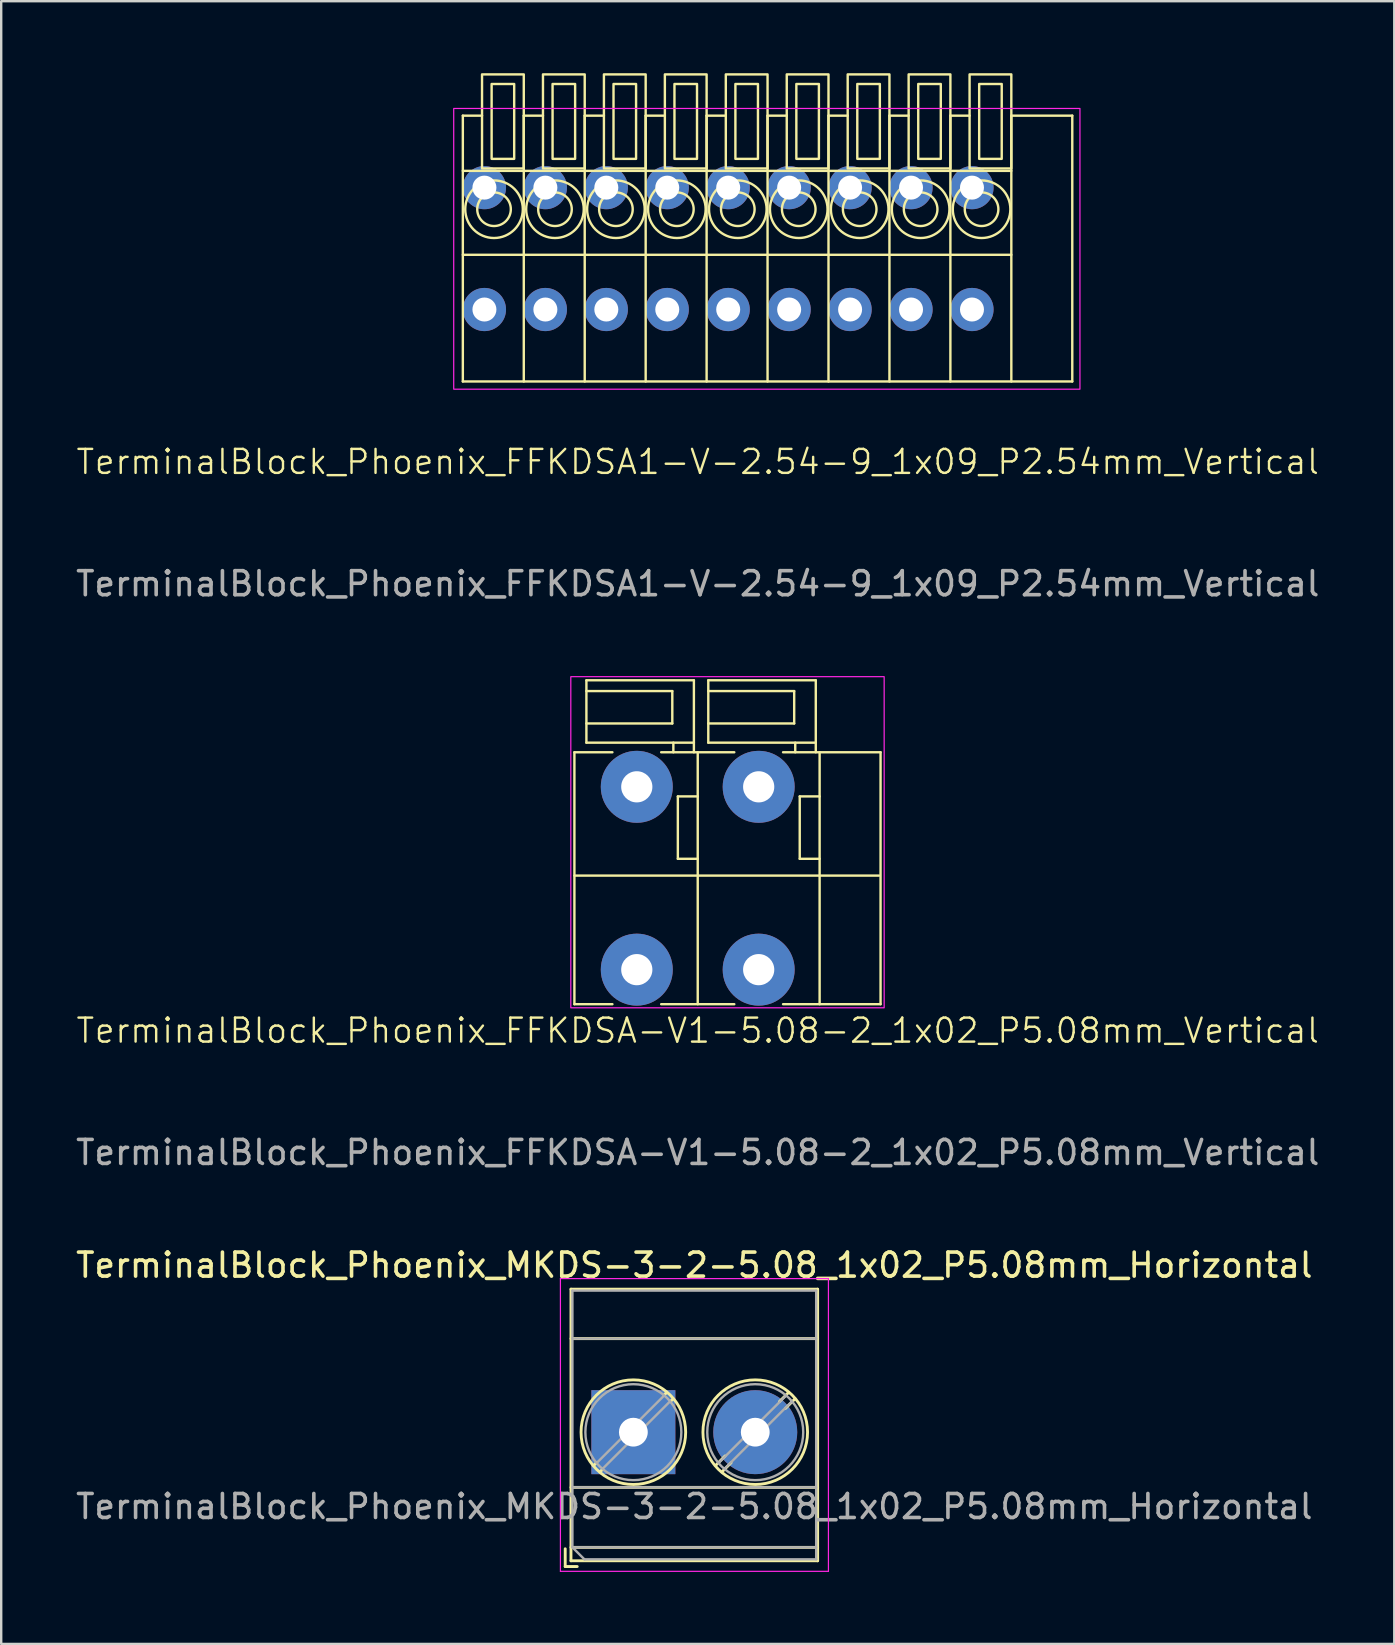
<source format=kicad_pcb>
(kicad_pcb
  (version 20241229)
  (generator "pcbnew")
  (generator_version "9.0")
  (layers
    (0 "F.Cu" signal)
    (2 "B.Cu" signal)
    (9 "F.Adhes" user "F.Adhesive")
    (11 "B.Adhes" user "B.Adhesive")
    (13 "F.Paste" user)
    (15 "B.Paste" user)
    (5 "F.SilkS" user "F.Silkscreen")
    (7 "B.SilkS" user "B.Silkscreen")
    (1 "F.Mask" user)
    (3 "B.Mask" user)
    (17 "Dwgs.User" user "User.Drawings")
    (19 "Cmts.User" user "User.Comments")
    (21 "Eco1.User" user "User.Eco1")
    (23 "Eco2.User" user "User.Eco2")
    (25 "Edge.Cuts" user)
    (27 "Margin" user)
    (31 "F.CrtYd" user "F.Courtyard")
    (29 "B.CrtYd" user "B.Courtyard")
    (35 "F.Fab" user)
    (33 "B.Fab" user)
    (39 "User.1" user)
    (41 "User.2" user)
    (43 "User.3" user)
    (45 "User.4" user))
  (footprint "TerminalBlock_Phoenix_FFKDSA-V1-5.08-2_1x02_P5.08mm_Vertical"
    (layer "F.Cu")
    (at 23.49 37.363)
    (property "Reference" "TerminalBlock_Phoenix_FFKDSA-V1-5.08-2_1x02_P5.08mm_Vertical" (at 2.54 2.54 0) (unlocked yes) (layer "F.SilkS") (effects (font (size 1 1) (thickness 0.1))))
    (attr through_hole)
    (fp_line (start -2.6 1.44) (end -2.6 -9.06) (stroke (width 0.1) (type default)) (layer "F.SilkS"))
    (fp_line (start -2.1 -12.06) (end 2.38 -12.06) (stroke (width 0.1) (type default)) (layer "F.SilkS"))
    (fp_line (start -2.1 -10.26) (end 1.48 -10.26) (stroke (width 0.1) (type default)) (layer "F.SilkS"))
    (fp_line (start -2.1 -9.46) (end -2.1 -12.06) (stroke (width 0.1) (type default)) (layer "F.SilkS"))
    (fp_line (start -1.016 -9.06) (end -2.6 -9.06) (stroke (width 0.1) (type default)) (layer "F.SilkS"))
    (fp_line (start -1.016 1.44) (end -2.6 1.44) (stroke (width 0.1) (type default)) (layer "F.SilkS"))
    (fp_line (start 1.48 -11.61) (end -2.1 -11.61) (stroke (width 0.1) (type default)) (layer "F.SilkS"))
    (fp_line (start 1.48 -10.26) (end 1.48 -11.61) (stroke (width 0.1) (type default)) (layer "F.SilkS"))
    (fp_line (start 1.524 -9.46) (end 1.524 -9.06) (stroke (width 0.1) (type default)) (layer "F.SilkS"))
    (fp_line (start 1.711 -7.22) (end 2.54 -7.22) (stroke (width 0.1) (type default)) (layer "F.SilkS"))
    (fp_line (start 1.711 -4.62) (end 1.711 -7.22) (stroke (width 0.1) (type default)) (layer "F.SilkS"))
    (fp_line (start 2.38 -12.06) (end 2.38 -9.06) (stroke (width 0.1) (type default)) (layer "F.SilkS"))
    (fp_line (start 2.38 -9.46) (end -2.1 -9.46) (stroke (width 0.1) (type default)) (layer "F.SilkS"))
    (fp_line (start 2.54 -4.62) (end 1.711 -4.62) (stroke (width 0.1) (type default)) (layer "F.SilkS"))
    (fp_line (start 2.54 1.44) (end 2.54 -9.06) (stroke (width 0.1) (type default)) (layer "F.SilkS"))
    (fp_line (start 2.98 -12.06) (end 7.46 -12.06) (stroke (width 0.1) (type default)) (layer "F.SilkS"))
    (fp_line (start 2.98 -10.26) (end 6.56 -10.26) (stroke (width 0.1) (type default)) (layer "F.SilkS"))
    (fp_line (start 2.98 -9.46) (end 2.98 -12.06) (stroke (width 0.1) (type default)) (layer "F.SilkS"))
    (fp_line (start 4.064 -9.06) (end 1.016 -9.06) (stroke (width 0.1) (type default)) (layer "F.SilkS"))
    (fp_line (start 4.064 1.44) (end 1.016 1.44) (stroke (width 0.1) (type default)) (layer "F.SilkS"))
    (fp_line (start 6.096 -9.06) (end 10.16 -9.06) (stroke (width 0.1) (type default)) (layer "F.SilkS"))
    (fp_line (start 6.56 -11.61) (end 2.98 -11.61) (stroke (width 0.1) (type default)) (layer "F.SilkS"))
    (fp_line (start 6.56 -10.26) (end 6.56 -11.61) (stroke (width 0.1) (type default)) (layer "F.SilkS"))
    (fp_line (start 6.604 -9.46) (end 6.604 -9.06) (stroke (width 0.1) (type default)) (layer "F.SilkS"))
    (fp_line (start 6.791 -7.22) (end 7.62 -7.22) (stroke (width 0.1) (type default)) (layer "F.SilkS"))
    (fp_line (start 6.791 -4.62) (end 6.791 -7.22) (stroke (width 0.1) (type default)) (layer "F.SilkS"))
    (fp_line (start 7.46 -12.06) (end 7.46 -9.06) (stroke (width 0.1) (type default)) (layer "F.SilkS"))
    (fp_line (start 7.46 -9.46) (end 2.98 -9.46) (stroke (width 0.1) (type default)) (layer "F.SilkS"))
    (fp_line (start 7.62 -4.62) (end 6.791 -4.62) (stroke (width 0.1) (type default)) (layer "F.SilkS"))
    (fp_line (start 7.62 1.44) (end 7.62 -9.06) (stroke (width 0.1) (type default)) (layer "F.SilkS"))
    (fp_line (start 10.1 -3.92) (end -2.6 -3.92) (stroke (width 0.1) (type default)) (layer "F.SilkS"))
    (fp_line (start 10.16 -9.06) (end 10.16 1.44) (stroke (width 0.1) (type default)) (layer "F.SilkS"))
    (fp_line (start 10.16 1.44) (end 6.096 1.44) (stroke (width 0.1) (type default)) (layer "F.SilkS"))
    (fp_rect (start 10.31 1.59) (end -2.75 -12.21) (stroke (width 0.05) (type default)) (fill no) (layer "F.CrtYd"))
    (fp_text user "${REFERENCE}" (at 2.54 7.62 0) (unlocked yes) (layer "F.Fab") (effects (font (size 1 1) (thickness 0.15))))
    (pad "1" thru_hole circle (at 0 -7.62 180) (size 3 3) (drill 1.3) (layers "*.Cu" "*.Mask"))
    (pad "1" thru_hole circle (at 0 0 180) (size 3 3) (drill 1.3) (layers "*.Cu" "*.Mask"))
    (pad "2" thru_hole circle (at 5.08 -7.62 180) (size 3 3) (drill 1.3) (layers "*.Cu" "*.Mask"))
    (pad "2" thru_hole circle (at 5.08 0 180) (size 3 3) (drill 1.3) (layers "*.Cu" "*.Mask")))
  (footprint "TerminalBlock_Phoenix_FFKDSA1-V-2.54-9_1x09_P2.54mm_Vertical"
    (layer "F.Cu")
    (at 17.14 9.85)
    (property "Reference" "TerminalBlock_Phoenix_FFKDSA1-V-2.54-9_1x09_P2.54mm_Vertical" (at 8.89 6.35 0) (unlocked yes) (layer "F.SilkS") (effects (font (size 1 1) (thickness 0.1))))
    (attr through_hole)
    (fp_line (start -0.9 3) (end -0.9 -8.08) (stroke (width 0.1) (type default)) (layer "F.SilkS"))
    (fp_line (start -0.1 -8.08) (end -0.9 -8.08) (stroke (width 0.1) (type default)) (layer "F.SilkS"))
    (fp_line (start 1.64 3) (end 1.64 -8.08) (stroke (width 0.1) (type default)) (layer "F.SilkS"))
    (fp_line (start 2.44 -8.08) (end 1.64 -8.08) (stroke (width 0.1) (type default)) (layer "F.SilkS"))
    (fp_line (start 4.18 3) (end 4.18 -8.08) (stroke (width 0.1) (type default)) (layer "F.SilkS"))
    (fp_line (start 4.98 -8.08) (end 4.18 -8.08) (stroke (width 0.1) (type default)) (layer "F.SilkS"))
    (fp_line (start 6.72 3) (end 6.72 -8.08) (stroke (width 0.1) (type default)) (layer "F.SilkS"))
    (fp_line (start 7.52 -8.08) (end 6.72 -8.08) (stroke (width 0.1) (type default)) (layer "F.SilkS"))
    (fp_line (start 9.26 3) (end 9.26 -8.08) (stroke (width 0.1) (type default)) (layer "F.SilkS"))
    (fp_line (start 10.06 -8.08) (end 9.26 -8.08) (stroke (width 0.1) (type default)) (layer "F.SilkS"))
    (fp_line (start 11.8 3) (end 11.8 -8.08) (stroke (width 0.1) (type default)) (layer "F.SilkS"))
    (fp_line (start 12.6 -8.08) (end 11.8 -8.08) (stroke (width 0.1) (type default)) (layer "F.SilkS"))
    (fp_line (start 14.34 3) (end 14.34 -8.08) (stroke (width 0.1) (type default)) (layer "F.SilkS"))
    (fp_line (start 15.14 -8.08) (end 14.34 -8.08) (stroke (width 0.1) (type default)) (layer "F.SilkS"))
    (fp_line (start 16.88 3) (end 16.88 -8.08) (stroke (width 0.1) (type default)) (layer "F.SilkS"))
    (fp_line (start 17.68 -8.08) (end 16.88 -8.08) (stroke (width 0.1) (type default)) (layer "F.SilkS"))
    (fp_line (start 19.42 3) (end 19.42 -8.08) (stroke (width 0.1) (type default)) (layer "F.SilkS"))
    (fp_line (start 20.22 -8.08) (end 19.42 -8.08) (stroke (width 0.1) (type default)) (layer "F.SilkS"))
    (fp_line (start 21.96 -5.78) (end -0.9 -5.78) (stroke (width 0.1) (type default)) (layer "F.SilkS"))
    (fp_line (start 21.96 -2.28) (end -0.9 -2.28) (stroke (width 0.1) (type default)) (layer "F.SilkS"))
    (fp_line (start 21.96 3) (end 21.96 -8.08) (stroke (width 0.1) (type default)) (layer "F.SilkS"))
    (fp_line (start 24.5 -8.08) (end 21.96 -8.08) (stroke (width 0.1) (type default)) (layer "F.SilkS"))
    (fp_line (start 24.5 -8.08) (end 24.5 3) (stroke (width 0.1) (type default)) (layer "F.SilkS"))
    (fp_line (start 24.5 3) (end -0.9 3) (stroke (width 0.1) (type default)) (layer "F.SilkS"))
    (fp_rect (start 1.24 -6.28) (end 0.3 -9.4) (stroke (width 0.1) (type default)) (fill no) (layer "F.SilkS"))
    (fp_rect (start 1.64 -5.88) (end -0.1 -9.8) (stroke (width 0.1) (type default)) (fill no) (layer "F.SilkS"))
    (fp_rect (start 3.78 -6.28) (end 2.84 -9.4) (stroke (width 0.1) (type default)) (fill no) (layer "F.SilkS"))
    (fp_rect (start 4.18 -5.88) (end 2.44 -9.8) (stroke (width 0.1) (type default)) (fill no) (layer "F.SilkS"))
    (fp_rect (start 6.32 -6.28) (end 5.38 -9.4) (stroke (width 0.1) (type default)) (fill no) (layer "F.SilkS"))
    (fp_rect (start 6.72 -5.88) (end 4.98 -9.8) (stroke (width 0.1) (type default)) (fill no) (layer "F.SilkS"))
    (fp_rect (start 8.86 -6.28) (end 7.92 -9.4) (stroke (width 0.1) (type default)) (fill no) (layer "F.SilkS"))
    (fp_rect (start 9.26 -5.88) (end 7.52 -9.8) (stroke (width 0.1) (type default)) (fill no) (layer "F.SilkS"))
    (fp_rect (start 11.4 -6.28) (end 10.46 -9.4) (stroke (width 0.1) (type default)) (fill no) (layer "F.SilkS"))
    (fp_rect (start 11.8 -5.88) (end 10.06 -9.8) (stroke (width 0.1) (type default)) (fill no) (layer "F.SilkS"))
    (fp_rect (start 13.94 -6.28) (end 13 -9.4) (stroke (width 0.1) (type default)) (fill no) (layer "F.SilkS"))
    (fp_rect (start 14.34 -5.88) (end 12.6 -9.8) (stroke (width 0.1) (type default)) (fill no) (layer "F.SilkS"))
    (fp_rect (start 16.48 -6.28) (end 15.54 -9.4) (stroke (width 0.1) (type default)) (fill no) (layer "F.SilkS"))
    (fp_rect (start 16.88 -5.88) (end 15.14 -9.8) (stroke (width 0.1) (type default)) (fill no) (layer "F.SilkS"))
    (fp_rect (start 19.02 -6.28) (end 18.08 -9.4) (stroke (width 0.1) (type default)) (fill no) (layer "F.SilkS"))
    (fp_rect (start 19.42 -5.88) (end 17.68 -9.8) (stroke (width 0.1) (type default)) (fill no) (layer "F.SilkS"))
    (fp_rect (start 21.56 -6.28) (end 20.62 -9.4) (stroke (width 0.1) (type default)) (fill no) (layer "F.SilkS"))
    (fp_rect (start 21.96 -5.88) (end 20.22 -9.8) (stroke (width 0.1) (type default)) (fill no) (layer "F.SilkS"))
    (fp_circle (center 0.4 -4.18) (end -0.8 -4.18) (stroke (width 0.1) (type default)) (fill no) (layer "F.SilkS"))
    (fp_circle (center 0.4 -4.18) (end -0.3 -4.18) (stroke (width 0.1) (type default)) (fill no) (layer "F.SilkS"))
    (fp_circle (center 2.94 -4.18) (end 1.74 -4.18) (stroke (width 0.1) (type default)) (fill no) (layer "F.SilkS"))
    (fp_circle (center 2.94 -4.18) (end 2.24 -4.18) (stroke (width 0.1) (type default)) (fill no) (layer "F.SilkS"))
    (fp_circle (center 5.48 -4.18) (end 4.28 -4.18) (stroke (width 0.1) (type default)) (fill no) (layer "F.SilkS"))
    (fp_circle (center 5.48 -4.18) (end 4.78 -4.18) (stroke (width 0.1) (type default)) (fill no) (layer "F.SilkS"))
    (fp_circle (center 8.02 -4.18) (end 6.82 -4.18) (stroke (width 0.1) (type default)) (fill no) (layer "F.SilkS"))
    (fp_circle (center 8.02 -4.18) (end 7.32 -4.18) (stroke (width 0.1) (type default)) (fill no) (layer "F.SilkS"))
    (fp_circle (center 10.56 -4.18) (end 9.36 -4.18) (stroke (width 0.1) (type default)) (fill no) (layer "F.SilkS"))
    (fp_circle (center 10.56 -4.18) (end 9.86 -4.18) (stroke (width 0.1) (type default)) (fill no) (layer "F.SilkS"))
    (fp_circle (center 13.1 -4.18) (end 11.9 -4.18) (stroke (width 0.1) (type default)) (fill no) (layer "F.SilkS"))
    (fp_circle (center 13.1 -4.18) (end 12.4 -4.18) (stroke (width 0.1) (type default)) (fill no) (layer "F.SilkS"))
    (fp_circle (center 15.64 -4.18) (end 14.44 -4.18) (stroke (width 0.1) (type default)) (fill no) (layer "F.SilkS"))
    (fp_circle (center 15.64 -4.18) (end 14.94 -4.18) (stroke (width 0.1) (type default)) (fill no) (layer "F.SilkS"))
    (fp_circle (center 18.18 -4.18) (end 16.98 -4.18) (stroke (width 0.1) (type default)) (fill no) (layer "F.SilkS"))
    (fp_circle (center 18.18 -4.18) (end 17.48 -4.18) (stroke (width 0.1) (type default)) (fill no) (layer "F.SilkS"))
    (fp_circle (center 20.72 -4.18) (end 19.52 -4.18) (stroke (width 0.1) (type default)) (fill no) (layer "F.SilkS"))
    (fp_circle (center 20.72 -4.18) (end 20.02 -4.18) (stroke (width 0.1) (type default)) (fill no) (layer "F.SilkS"))
    (fp_rect (start 24.82 3.32) (end -1.28 -8.38) (stroke (width 0.05) (type default)) (fill no) (layer "F.CrtYd"))
    (fp_text user "${REFERENCE}" (at 8.89 11.43 0) (unlocked yes) (layer "F.Fab") (effects (font (size 1 1) (thickness 0.15))))
    (pad "1" thru_hole circle (at 0 -5.08 180) (size 1.8 1.8) (drill 1) (layers "*.Cu" "*.Mask"))
    (pad "1" thru_hole circle (at 0 0 180) (size 1.8 1.8) (drill 1) (layers "*.Cu" "*.Mask"))
    (pad "2" thru_hole circle (at 2.54 -5.08 180) (size 1.8 1.8) (drill 1) (layers "*.Cu" "*.Mask"))
    (pad "2" thru_hole circle (at 2.54 0 180) (size 1.8 1.8) (drill 1) (layers "*.Cu" "*.Mask"))
    (pad "3" thru_hole circle (at 5.08 -5.08 180) (size 1.8 1.8) (drill 1) (layers "*.Cu" "*.Mask"))
    (pad "3" thru_hole circle (at 5.08 0 180) (size 1.8 1.8) (drill 1) (layers "*.Cu" "*.Mask"))
    (pad "4" thru_hole circle (at 7.62 -5.08 180) (size 1.8 1.8) (drill 1) (layers "*.Cu" "*.Mask"))
    (pad "4" thru_hole circle (at 7.62 0 180) (size 1.8 1.8) (drill 1) (layers "*.Cu" "*.Mask"))
    (pad "5" thru_hole circle (at 10.16 -5.08 180) (size 1.8 1.8) (drill 1) (layers "*.Cu" "*.Mask"))
    (pad "5" thru_hole circle (at 10.16 0 180) (size 1.8 1.8) (drill 1) (layers "*.Cu" "*.Mask"))
    (pad "6" thru_hole circle (at 12.7 -5.08 180) (size 1.8 1.8) (drill 1) (layers "*.Cu" "*.Mask"))
    (pad "6" thru_hole circle (at 12.7 0 180) (size 1.8 1.8) (drill 1) (layers "*.Cu" "*.Mask"))
    (pad "7" thru_hole circle (at 15.24 -5.08 180) (size 1.8 1.8) (drill 1) (layers "*.Cu" "*.Mask"))
    (pad "7" thru_hole circle (at 15.24 0 180) (size 1.8 1.8) (drill 1) (layers "*.Cu" "*.Mask"))
    (pad "8" thru_hole circle (at 17.78 -5.08 180) (size 1.8 1.8) (drill 1) (layers "*.Cu" "*.Mask"))
    (pad "8" thru_hole circle (at 17.78 0 180) (size 1.8 1.8) (drill 1) (layers "*.Cu" "*.Mask"))
    (pad "9" thru_hole circle (at 20.32 -5.08 180) (size 1.8 1.8) (drill 1) (layers "*.Cu" "*.Mask"))
    (pad "9" thru_hole circle (at 20.32 0 180) (size 1.8 1.8) (drill 1) (layers "*.Cu" "*.Mask")))
  (footprint "TerminalBlock_Phoenix_MKDS-3-2-5.08_1x02_P5.08mm_Horizontal"
    (layer "F.Cu")
    (at 23.347 56.64)
    (property "Reference" "TerminalBlock_Phoenix_MKDS-3-2-5.08_1x02_P5.08mm_Horizontal" (at 2.54 -6.96 0) (layer "F.SilkS") (effects (font (size 1 1) (thickness 0.15))))
    (attr through_hole)
    (fp_line (start -2.84 4.86) (end -2.84 5.6) (stroke (width 0.12) (type solid)) (layer "F.SilkS"))
    (fp_line (start -2.84 5.6) (end -2.34 5.6) (stroke (width 0.12) (type solid)) (layer "F.SilkS"))
    (fp_line (start -2.6 -5.96) (end -2.6 5.36) (stroke (width 0.12) (type solid)) (layer "F.SilkS"))
    (fp_line (start -2.6 -5.96) (end 7.68 -5.96) (stroke (width 0.12) (type solid)) (layer "F.SilkS"))
    (fp_line (start -2.6 -3.9) (end 7.68 -3.9) (stroke (width 0.12) (type solid)) (layer "F.SilkS"))
    (fp_line (start -2.6 2.3) (end 7.68 2.3) (stroke (width 0.12) (type solid)) (layer "F.SilkS"))
    (fp_line (start -2.6 4.8) (end 7.68 4.8) (stroke (width 0.12) (type solid)) (layer "F.SilkS"))
    (fp_line (start -2.6 5.36) (end 7.68 5.36) (stroke (width 0.12) (type solid)) (layer "F.SilkS"))
    (fp_line (start -1.548 1.281) (end -1.654 1.388) (stroke (width 0.12) (type solid)) (layer "F.SilkS"))
    (fp_line (start -1.282 1.547) (end -1.388 1.654) (stroke (width 0.12) (type solid)) (layer "F.SilkS"))
    (fp_line (start 1.388 -1.654) (end 1.281 -1.547) (stroke (width 0.12) (type solid)) (layer "F.SilkS"))
    (fp_line (start 1.654 -1.388) (end 1.547 -1.281) (stroke (width 0.12) (type solid)) (layer "F.SilkS"))
    (fp_line (start 3.822 0.992) (end 3.427 1.388) (stroke (width 0.12) (type solid)) (layer "F.SilkS"))
    (fp_line (start 4.073 1.274) (end 3.693 1.654) (stroke (width 0.12) (type solid)) (layer "F.SilkS"))
    (fp_line (start 6.468 -1.654) (end 6.088 -1.274) (stroke (width 0.12) (type solid)) (layer "F.SilkS"))
    (fp_line (start 6.734 -1.388) (end 6.339 -0.992) (stroke (width 0.12) (type solid)) (layer "F.SilkS"))
    (fp_line (start 7.68 -5.96) (end 7.68 5.36) (stroke (width 0.12) (type solid)) (layer "F.SilkS"))
    (fp_circle (center 0 0) (end 2.18 0) (stroke (width 0.12) (type solid)) (fill no) (layer "F.SilkS"))
    (fp_circle (center 5.08 0) (end 7.26 0) (stroke (width 0.12) (type solid)) (fill no) (layer "F.SilkS"))
    (fp_line (start -3.04 -6.4) (end -3.04 5.8) (stroke (width 0.05) (type solid)) (layer "F.CrtYd"))
    (fp_line (start -3.04 5.8) (end 8.13 5.8) (stroke (width 0.05) (type solid)) (layer "F.CrtYd"))
    (fp_line (start 8.13 -6.4) (end -3.04 -6.4) (stroke (width 0.05) (type solid)) (layer "F.CrtYd"))
    (fp_line (start 8.13 5.8) (end 8.13 -6.4) (stroke (width 0.05) (type solid)) (layer "F.CrtYd"))
    (fp_line (start -2.54 -5.9) (end 7.62 -5.9) (stroke (width 0.1) (type solid)) (layer "F.Fab"))
    (fp_line (start -2.54 -3.9) (end 7.62 -3.9) (stroke (width 0.1) (type solid)) (layer "F.Fab"))
    (fp_line (start -2.54 2.3) (end 7.62 2.3) (stroke (width 0.1) (type solid)) (layer "F.Fab"))
    (fp_line (start -2.54 4.8) (end -2.54 -5.9) (stroke (width 0.1) (type solid)) (layer "F.Fab"))
    (fp_line (start -2.54 4.8) (end 7.62 4.8) (stroke (width 0.1) (type solid)) (layer "F.Fab"))
    (fp_line (start -2.04 5.3) (end -2.54 4.8) (stroke (width 0.1) (type solid)) (layer "F.Fab"))
    (fp_line (start 1.273 -1.517) (end -1.517 1.273) (stroke (width 0.1) (type solid)) (layer "F.Fab"))
    (fp_line (start 1.517 -1.273) (end -1.273 1.517) (stroke (width 0.1) (type solid)) (layer "F.Fab"))
    (fp_line (start 6.353 -1.517) (end 3.564 1.273) (stroke (width 0.1) (type solid)) (layer "F.Fab"))
    (fp_line (start 6.597 -1.273) (end 3.808 1.517) (stroke (width 0.1) (type solid)) (layer "F.Fab"))
    (fp_line (start 7.62 -5.9) (end 7.62 5.3) (stroke (width 0.1) (type solid)) (layer "F.Fab"))
    (fp_line (start 7.62 5.3) (end -2.04 5.3) (stroke (width 0.1) (type solid)) (layer "F.Fab"))
    (fp_circle (center 0 0) (end 2 0) (stroke (width 0.1) (type solid)) (fill no) (layer "F.Fab"))
    (fp_circle (center 5.08 0) (end 7.08 0) (stroke (width 0.1) (type solid)) (fill no) (layer "F.Fab"))
    (fp_text user "${REFERENCE}" (at 2.54 3.1 0) (layer "F.Fab") (effects (font (size 1 1) (thickness 0.15))))
    (pad "1" thru_hole rect (at 0 0) (size 3.5 3.5) (drill 1.2) (layers "*.Cu" "*.Mask"))
    (pad "2" thru_hole circle (at 5.08 0) (size 3.5 3.5) (drill 1.2) (layers "*.Cu" "*.Mask")))
  (gr_rect
    (start -3 -3)
    (end 55.06 65.465)
    (stroke (width 0.1) (type default))
    (fill no)
    (layer "Edge.Cuts")))
</source>
